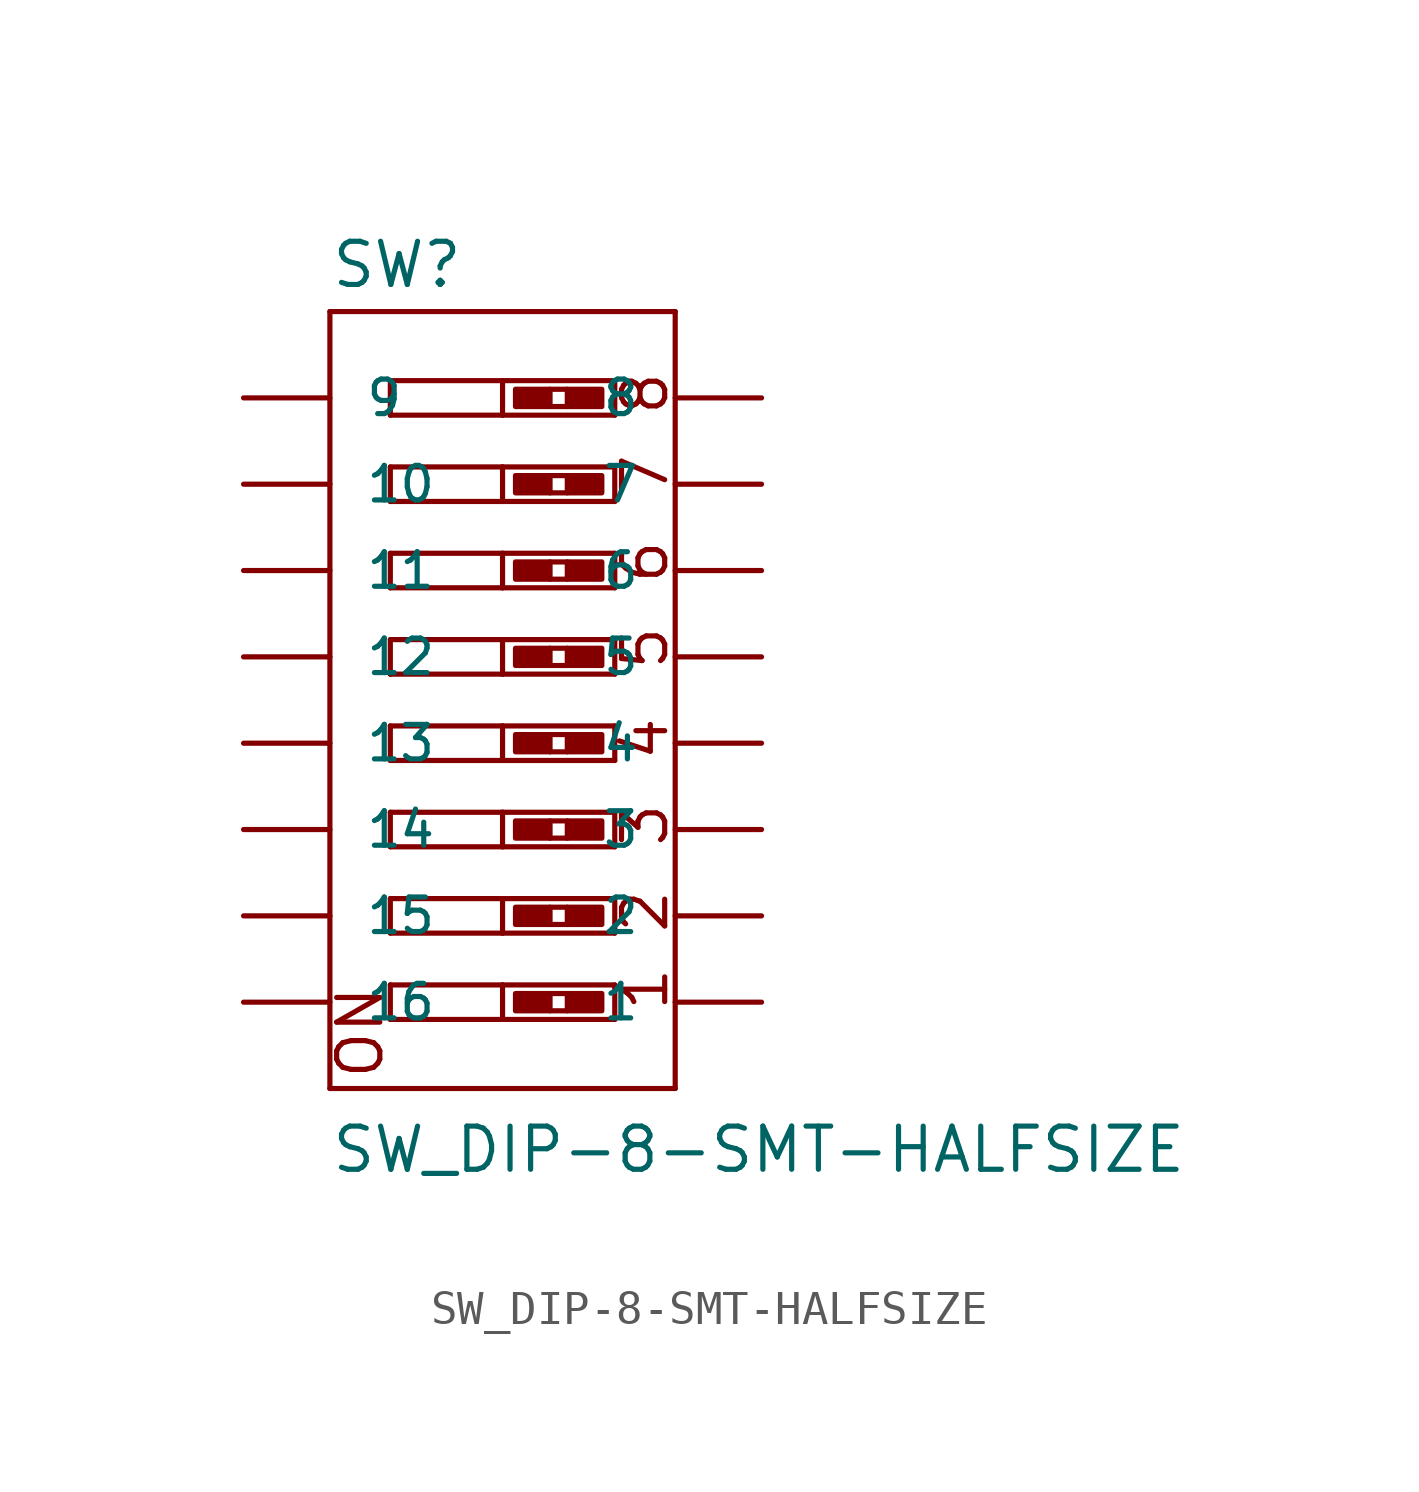
<source format=kicad_sym>
(kicad_symbol_lib
  (version 20220914)
  (generator kicad_symbol_editor)
  (symbol "SW_DIP-8-SMT-HALFSIZE"
    (pin_numbers hide)
    (pin_names
      (offset 1.016))
    (property "Reference" "SW"
      (at -5.08 10.795 0)
      (effects (font (size 1.27 1.27)) (justify left bottom)))
    (property "Value" "SW_DIP-8-SMT-HALFSIZE"
      (at -5.08 -15.24 0)
      (effects (font (size 1.27 1.27)) (justify left bottom)))
    (property "ki_locked" ""
      (at 0 0 0)
      (effects (font (size 1.27 1.27))))
    (symbol "SW_DIP-8-SMT-HALFSIZE_1_0"
      (polyline (pts (xy -5.08 -12.7) (xy 5.08 -12.7)) (stroke (width 0) (type solid)) (fill (type none)))
      (polyline (pts (xy -5.08 10.16) (xy -5.08 -12.7)) (stroke (width 0) (type solid)) (fill (type none)))
      (polyline (pts (xy -3.302 -10.668) (xy -3.302 -9.652)) (stroke (width 0) (type solid)) (fill (type none)))
      (polyline (pts (xy -3.302 -9.652) (xy 0 -9.652)) (stroke (width 0) (type solid)) (fill (type none)))
      (polyline (pts (xy -3.302 -8.128) (xy -3.302 -7.112)) (stroke (width 0) (type solid)) (fill (type none)))
      (polyline (pts (xy -3.302 -7.112) (xy 0 -7.112)) (stroke (width 0) (type solid)) (fill (type none)))
      (polyline (pts (xy -3.302 -5.588) (xy -3.302 -4.572)) (stroke (width 0) (type solid)) (fill (type none)))
      (polyline (pts (xy -3.302 -4.572) (xy 0 -4.572)) (stroke (width 0) (type solid)) (fill (type none)))
      (polyline (pts (xy -3.302 -3.048) (xy -3.302 -2.032)) (stroke (width 0) (type solid)) (fill (type none)))
      (polyline (pts (xy -3.302 -2.032) (xy 0 -2.032)) (stroke (width 0) (type solid)) (fill (type none)))
      (polyline (pts (xy -3.302 -0.508) (xy -3.302 0.508)) (stroke (width 0) (type solid)) (fill (type none)))
      (polyline (pts (xy -3.302 0.508) (xy 0 0.508)) (stroke (width 0) (type solid)) (fill (type none)))
      (polyline (pts (xy -3.302 2.032) (xy -3.302 3.048)) (stroke (width 0) (type solid)) (fill (type none)))
      (polyline (pts (xy -3.302 3.048) (xy 0 3.048)) (stroke (width 0) (type solid)) (fill (type none)))
      (polyline (pts (xy -3.302 4.572) (xy -3.302 5.588)) (stroke (width 0) (type solid)) (fill (type none)))
      (polyline (pts (xy -3.302 5.588) (xy 0 5.588)) (stroke (width 0) (type solid)) (fill (type none)))
      (polyline (pts (xy -3.302 7.112) (xy -3.302 8.128)) (stroke (width 0) (type solid)) (fill (type none)))
      (polyline (pts (xy -3.302 8.128) (xy 0 8.128)) (stroke (width 0) (type solid)) (fill (type none)))
      (polyline (pts (xy 0 -10.668) (xy -3.302 -10.668)) (stroke (width 0) (type solid)) (fill (type none)))
      (polyline (pts (xy 0 -9.652) (xy 0 -10.668)) (stroke (width 0) (type solid)) (fill (type none)))
      (polyline (pts (xy 0 -9.652) (xy 3.302 -9.652)) (stroke (width 0) (type solid)) (fill (type none)))
      (polyline (pts (xy 0 -8.128) (xy -3.302 -8.128)) (stroke (width 0) (type solid)) (fill (type none)))
      (polyline (pts (xy 0 -7.112) (xy 0 -8.128)) (stroke (width 0) (type solid)) (fill (type none)))
      (polyline (pts (xy 0 -7.112) (xy 3.302 -7.112)) (stroke (width 0) (type solid)) (fill (type none)))
      (polyline (pts (xy 0 -5.588) (xy -3.302 -5.588)) (stroke (width 0) (type solid)) (fill (type none)))
      (polyline (pts (xy 0 -4.572) (xy 0 -5.588)) (stroke (width 0) (type solid)) (fill (type none)))
      (polyline (pts (xy 0 -4.572) (xy 3.302 -4.572)) (stroke (width 0) (type solid)) (fill (type none)))
      (polyline (pts (xy 0 -3.048) (xy -3.302 -3.048)) (stroke (width 0) (type solid)) (fill (type none)))
      (polyline (pts (xy 0 -2.032) (xy 0 -3.048)) (stroke (width 0) (type solid)) (fill (type none)))
      (polyline (pts (xy 0 -2.032) (xy 3.302 -2.032)) (stroke (width 0) (type solid)) (fill (type none)))
      (polyline (pts (xy 0 -0.508) (xy -3.302 -0.508)) (stroke (width 0) (type solid)) (fill (type none)))
      (polyline (pts (xy 0 0.508) (xy 0 -0.508)) (stroke (width 0) (type solid)) (fill (type none)))
      (polyline (pts (xy 0 0.508) (xy 3.302 0.508)) (stroke (width 0) (type solid)) (fill (type none)))
      (polyline (pts (xy 0 2.032) (xy -3.302 2.032)) (stroke (width 0) (type solid)) (fill (type none)))
      (polyline (pts (xy 0 3.048) (xy 0 2.032)) (stroke (width 0) (type solid)) (fill (type none)))
      (polyline (pts (xy 0 3.048) (xy 3.302 3.048)) (stroke (width 0) (type solid)) (fill (type none)))
      (polyline (pts (xy 0 4.572) (xy -3.302 4.572)) (stroke (width 0) (type solid)) (fill (type none)))
      (polyline (pts (xy 0 5.588) (xy 0 4.572)) (stroke (width 0) (type solid)) (fill (type none)))
      (polyline (pts (xy 0 5.588) (xy 3.302 5.588)) (stroke (width 0) (type solid)) (fill (type none)))
      (polyline (pts (xy 0 7.112) (xy -3.302 7.112)) (stroke (width 0) (type solid)) (fill (type none)))
      (polyline (pts (xy 0 8.128) (xy 0 7.112)) (stroke (width 0) (type solid)) (fill (type none)))
      (polyline (pts (xy 0 8.128) (xy 3.302 8.128)) (stroke (width 0) (type solid)) (fill (type none)))
      (polyline (pts (xy 1.397 -10.414) (xy 1.905 -10.414)) (stroke (width 0) (type solid)) (fill (type none)))
      (polyline (pts (xy 1.397 -9.906) (xy 1.905 -9.906)) (stroke (width 0) (type solid)) (fill (type none)))
      (polyline (pts (xy 1.397 -7.874) (xy 1.905 -7.874)) (stroke (width 0) (type solid)) (fill (type none)))
      (polyline (pts (xy 1.397 -7.366) (xy 1.905 -7.366)) (stroke (width 0) (type solid)) (fill (type none)))
      (polyline (pts (xy 1.397 -5.334) (xy 1.905 -5.334)) (stroke (width 0) (type solid)) (fill (type none)))
      (polyline (pts (xy 1.397 -4.826) (xy 1.905 -4.826)) (stroke (width 0) (type solid)) (fill (type none)))
      (polyline (pts (xy 1.397 -2.794) (xy 1.905 -2.794)) (stroke (width 0) (type solid)) (fill (type none)))
      (polyline (pts (xy 1.397 -2.286) (xy 1.905 -2.286)) (stroke (width 0) (type solid)) (fill (type none)))
      (polyline (pts (xy 1.397 -0.254) (xy 1.905 -0.254)) (stroke (width 0) (type solid)) (fill (type none)))
      (polyline (pts (xy 1.397 0.254) (xy 1.905 0.254)) (stroke (width 0) (type solid)) (fill (type none)))
      (polyline (pts (xy 1.397 2.286) (xy 1.905 2.286)) (stroke (width 0) (type solid)) (fill (type none)))
      (polyline (pts (xy 1.397 2.794) (xy 1.905 2.794)) (stroke (width 0) (type solid)) (fill (type none)))
      (polyline (pts (xy 1.397 4.826) (xy 1.905 4.826)) (stroke (width 0) (type solid)) (fill (type none)))
      (polyline (pts (xy 1.397 5.334) (xy 1.905 5.334)) (stroke (width 0) (type solid)) (fill (type none)))
      (polyline (pts (xy 1.397 7.366) (xy 1.905 7.366)) (stroke (width 0) (type solid)) (fill (type none)))
      (polyline (pts (xy 1.397 7.874) (xy 1.905 7.874)) (stroke (width 0) (type solid)) (fill (type none)))
      (polyline (pts (xy 3.302 -10.668) (xy 0 -10.668)) (stroke (width 0) (type solid)) (fill (type none)))
      (polyline (pts (xy 3.302 -9.652) (xy 3.302 -10.668)) (stroke (width 0) (type solid)) (fill (type none)))
      (polyline (pts (xy 3.302 -8.128) (xy 0 -8.128)) (stroke (width 0) (type solid)) (fill (type none)))
      (polyline (pts (xy 3.302 -7.112) (xy 3.302 -8.128)) (stroke (width 0) (type solid)) (fill (type none)))
      (polyline (pts (xy 3.302 -5.588) (xy 0 -5.588)) (stroke (width 0) (type solid)) (fill (type none)))
      (polyline (pts (xy 3.302 -4.572) (xy 3.302 -5.588)) (stroke (width 0) (type solid)) (fill (type none)))
      (polyline (pts (xy 3.302 -3.048) (xy 0 -3.048)) (stroke (width 0) (type solid)) (fill (type none)))
      (polyline (pts (xy 3.302 -2.032) (xy 3.302 -3.048)) (stroke (width 0) (type solid)) (fill (type none)))
      (polyline (pts (xy 3.302 -0.508) (xy 0 -0.508)) (stroke (width 0) (type solid)) (fill (type none)))
      (polyline (pts (xy 3.302 0.508) (xy 3.302 -0.508)) (stroke (width 0) (type solid)) (fill (type none)))
      (polyline (pts (xy 3.302 2.032) (xy 0 2.032)) (stroke (width 0) (type solid)) (fill (type none)))
      (polyline (pts (xy 3.302 3.048) (xy 3.302 2.032)) (stroke (width 0) (type solid)) (fill (type none)))
      (polyline (pts (xy 3.302 4.572) (xy 0 4.572)) (stroke (width 0) (type solid)) (fill (type none)))
      (polyline (pts (xy 3.302 5.588) (xy 3.302 4.572)) (stroke (width 0) (type solid)) (fill (type none)))
      (polyline (pts (xy 3.302 7.112) (xy 0 7.112)) (stroke (width 0) (type solid)) (fill (type none)))
      (polyline (pts (xy 3.302 8.128) (xy 3.302 7.112)) (stroke (width 0) (type solid)) (fill (type none)))
      (polyline (pts (xy 5.08 -12.7) (xy 5.08 10.16)) (stroke (width 0) (type solid)) (fill (type none)))
      (polyline (pts (xy 5.08 10.16) (xy -5.08 10.16)) (stroke (width 0) (type solid)) (fill (type none)))
      (text "1" (at 4.191 -9.779 900) (effects (font (size 1.27 1.27))))
      (text "2" (at 4.191 -7.493 900) (effects (font (size 1.27 1.27))))
      (text "3" (at 4.191 -4.953 900) (effects (font (size 1.27 1.27))))
      (text "4" (at 4.191 -2.413 900) (effects (font (size 1.27 1.27))))
      (text "5" (at 4.191 0.254 900) (effects (font (size 1.27 1.27))))
      (text "6" (at 4.191 2.794 900) (effects (font (size 1.27 1.27))))
      (text "7" (at 4.191 5.334 900) (effects (font (size 1.27 1.27))))
      (text "8" (at 4.191 7.747 900) (effects (font (size 1.27 1.27))))
      (text "ON" (at -4.191 -11.049 900) (effects (font (size 1.27 1.27)))))
    (symbol "SW_DIP-8-SMT-HALFSIZE_1_1"
      (rectangle (start 0.381 -10.414) (end 1.397 -9.906) (stroke (width 0) (type solid)) (fill (type outline)))
      (rectangle (start 0.381 -7.874) (end 1.397 -7.366) (stroke (width 0) (type solid)) (fill (type outline)))
      (rectangle (start 0.381 -5.334) (end 1.397 -4.826) (stroke (width 0) (type solid)) (fill (type outline)))
      (rectangle (start 0.381 -2.794) (end 1.397 -2.286) (stroke (width 0) (type solid)) (fill (type outline)))
      (rectangle (start 0.381 -0.254) (end 1.397 0.254) (stroke (width 0) (type solid)) (fill (type outline)))
      (rectangle (start 0.381 2.286) (end 1.397 2.794) (stroke (width 0) (type solid)) (fill (type outline)))
      (rectangle (start 0.381 4.826) (end 1.397 5.334) (stroke (width 0) (type solid)) (fill (type outline)))
      (rectangle (start 0.381 7.366) (end 1.397 7.874) (stroke (width 0) (type solid)) (fill (type outline)))
      (rectangle (start 1.905 -10.414) (end 2.921 -9.906) (stroke (width 0) (type solid)) (fill (type outline)))
      (rectangle (start 1.905 -7.874) (end 2.921 -7.366) (stroke (width 0) (type solid)) (fill (type outline)))
      (rectangle (start 1.905 -5.334) (end 2.921 -4.826) (stroke (width 0) (type solid)) (fill (type outline)))
      (rectangle (start 1.905 -2.794) (end 2.921 -2.286) (stroke (width 0) (type solid)) (fill (type outline)))
      (rectangle (start 1.905 -0.254) (end 2.921 0.254) (stroke (width 0) (type solid)) (fill (type outline)))
      (rectangle (start 1.905 2.286) (end 2.921 2.794) (stroke (width 0) (type solid)) (fill (type outline)))
      (rectangle (start 1.905 4.826) (end 2.921 5.334) (stroke (width 0) (type solid)) (fill (type outline)))
      (rectangle (start 1.905 7.366) (end 2.921 7.874) (stroke (width 0) (type solid)) (fill (type outline)))
      (pin passive line (at 7.62 -10.16 180) (length 2.54) (name "1" (effects (font (size 1.016 1.016)))) (number "1" (effects (font (size 1.016 1.016)))))
      (pin passive line (at -7.62 5.08 0) (length 2.54) (name "10" (effects (font (size 1.016 1.016)))) (number "10" (effects (font (size 1.016 1.016)))))
      (pin passive line (at -7.62 2.54 0) (length 2.54) (name "11" (effects (font (size 1.016 1.016)))) (number "11" (effects (font (size 1.016 1.016)))))
      (pin passive line (at -7.62 0 0) (length 2.54) (name "12" (effects (font (size 1.016 1.016)))) (number "12" (effects (font (size 1.016 1.016)))))
      (pin passive line (at -7.62 -2.54 0) (length 2.54) (name "13" (effects (font (size 1.016 1.016)))) (number "13" (effects (font (size 1.016 1.016)))))
      (pin passive line (at -7.62 -5.08 0) (length 2.54) (name "14" (effects (font (size 1.016 1.016)))) (number "14" (effects (font (size 1.016 1.016)))))
      (pin passive line (at -7.62 -7.62 0) (length 2.54) (name "15" (effects (font (size 1.016 1.016)))) (number "15" (effects (font (size 1.016 1.016)))))
      (pin passive line (at -7.62 -10.16 0) (length 2.54) (name "16" (effects (font (size 1.016 1.016)))) (number "16" (effects (font (size 1.016 1.016)))))
      (pin passive line (at 7.62 -7.62 180) (length 2.54) (name "2" (effects (font (size 1.016 1.016)))) (number "2" (effects (font (size 1.016 1.016)))))
      (pin passive line (at 7.62 -5.08 180) (length 2.54) (name "3" (effects (font (size 1.016 1.016)))) (number "3" (effects (font (size 1.016 1.016)))))
      (pin passive line (at 7.62 -2.54 180) (length 2.54) (name "4" (effects (font (size 1.016 1.016)))) (number "4" (effects (font (size 1.016 1.016)))))
      (pin passive line (at 7.62 0 180) (length 2.54) (name "5" (effects (font (size 1.016 1.016)))) (number "5" (effects (font (size 1.016 1.016)))))
      (pin passive line (at 7.62 2.54 180) (length 2.54) (name "6" (effects (font (size 1.016 1.016)))) (number "6" (effects (font (size 1.016 1.016)))))
      (pin passive line (at 7.62 5.08 180) (length 2.54) (name "7" (effects (font (size 1.016 1.016)))) (number "7" (effects (font (size 1.016 1.016)))))
      (pin passive line (at 7.62 7.62 180) (length 2.54) (name "8" (effects (font (size 1.016 1.016)))) (number "8" (effects (font (size 1.016 1.016)))))
      (pin passive line (at -7.62 7.62 0) (length 2.54) (name "9" (effects (font (size 1.016 1.016)))) (number "9" (effects (font (size 1.016 1.016))))))))
</source>
